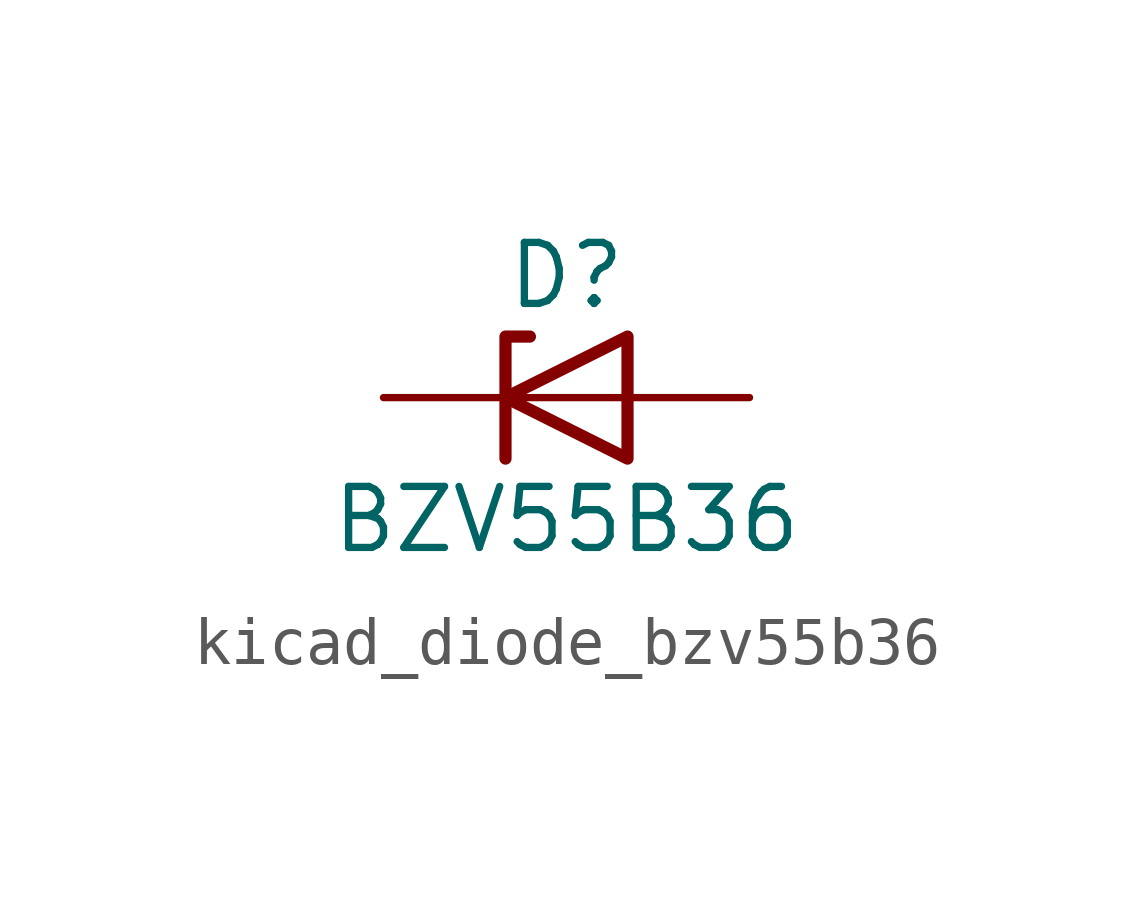
<source format=kicad_sym>
(kicad_symbol_lib
  (version 20220914)
  (generator kicad_symbol_editor)
  (symbol "kicad_diode_bzv55b36"
    (pin_numbers hide)
    (pin_names hide)
    (property "Reference" "D"
      (at 0 2.54 0)
      (effects (font (size 1.27 1.27))))
    (property "Value" "BZV55B36"
      (at 0 -2.54 0)
      (effects (font (size 1.27 1.27))))
    (symbol "kicad_diode_bzv55b36_0_1"
      (polyline (pts (xy 1.27 0) (xy -1.27 0)) (stroke (width 0) (type default)) (fill (type none)))
      (polyline (pts (xy -1.27 -1.27) (xy -1.27 1.27) (xy -0.762 1.27)) (stroke (width 0.254) (type default)) (fill (type none)))
      (polyline (pts (xy 1.27 -1.27) (xy 1.27 1.27) (xy -1.27 0) (xy 1.27 -1.27)) (stroke (width 0.254) (type default)) (fill (type none))))
    (symbol "kicad_diode_bzv55b36_1_1"
      (pin passive line (at -3.81 0 0) (length 2.54) (name "K" (effects (font (size 1.27 1.27)))) (number "1" (effects (font (size 1.27 1.27)))))
      (pin passive line (at 3.81 0 180) (length 2.54) (name "A" (effects (font (size 1.27 1.27)))) (number "2" (effects (font (size 1.27 1.27))))))))
</source>
